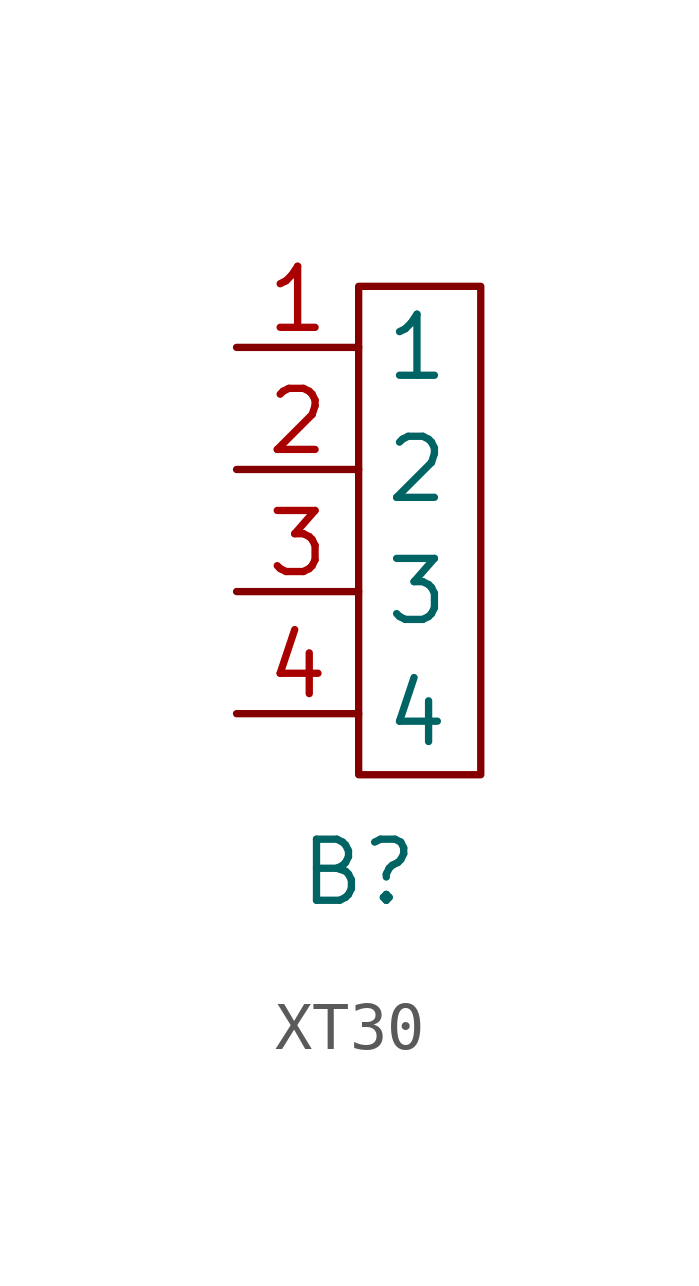
<source format=kicad_sym>
(kicad_symbol_lib
  (version 20231120)
  (generator "kicad_symbol_editor")
  (generator_version "8.0")
  (symbol "XT30"
    (property "Reference" "B"
      (at 0 -7.112 0)
      (effects (font (size 1.27 1.27))))
    (property "Value" ""
      (at 0 -1.27 0)
      (effects (font (size 1.27 1.27))))
    (symbol "XT30_0_1"
      (rectangle (start 0 5.08) (end 2.54 -5.08) (stroke (width 0) (type default)) (fill (type none))))
    (symbol "XT30_1_1"
      (pin input line (at -2.54 3.81 0) (length 2.54) (name "1" (effects (font (size 1.27 1.27)))) (number "1" (effects (font (size 1.27 1.27)))))
      (pin input line (at -2.54 1.27 0) (length 2.54) (name "2" (effects (font (size 1.27 1.27)))) (number "2" (effects (font (size 1.27 1.27)))))
      (pin input line (at -2.54 -1.27 0) (length 2.54) (name "3" (effects (font (size 1.27 1.27)))) (number "3" (effects (font (size 1.27 1.27)))))
      (pin input line (at -2.54 -3.81 0) (length 2.54) (name "4" (effects (font (size 1.27 1.27)))) (number "4" (effects (font (size 1.27 1.27))))))))
</source>
